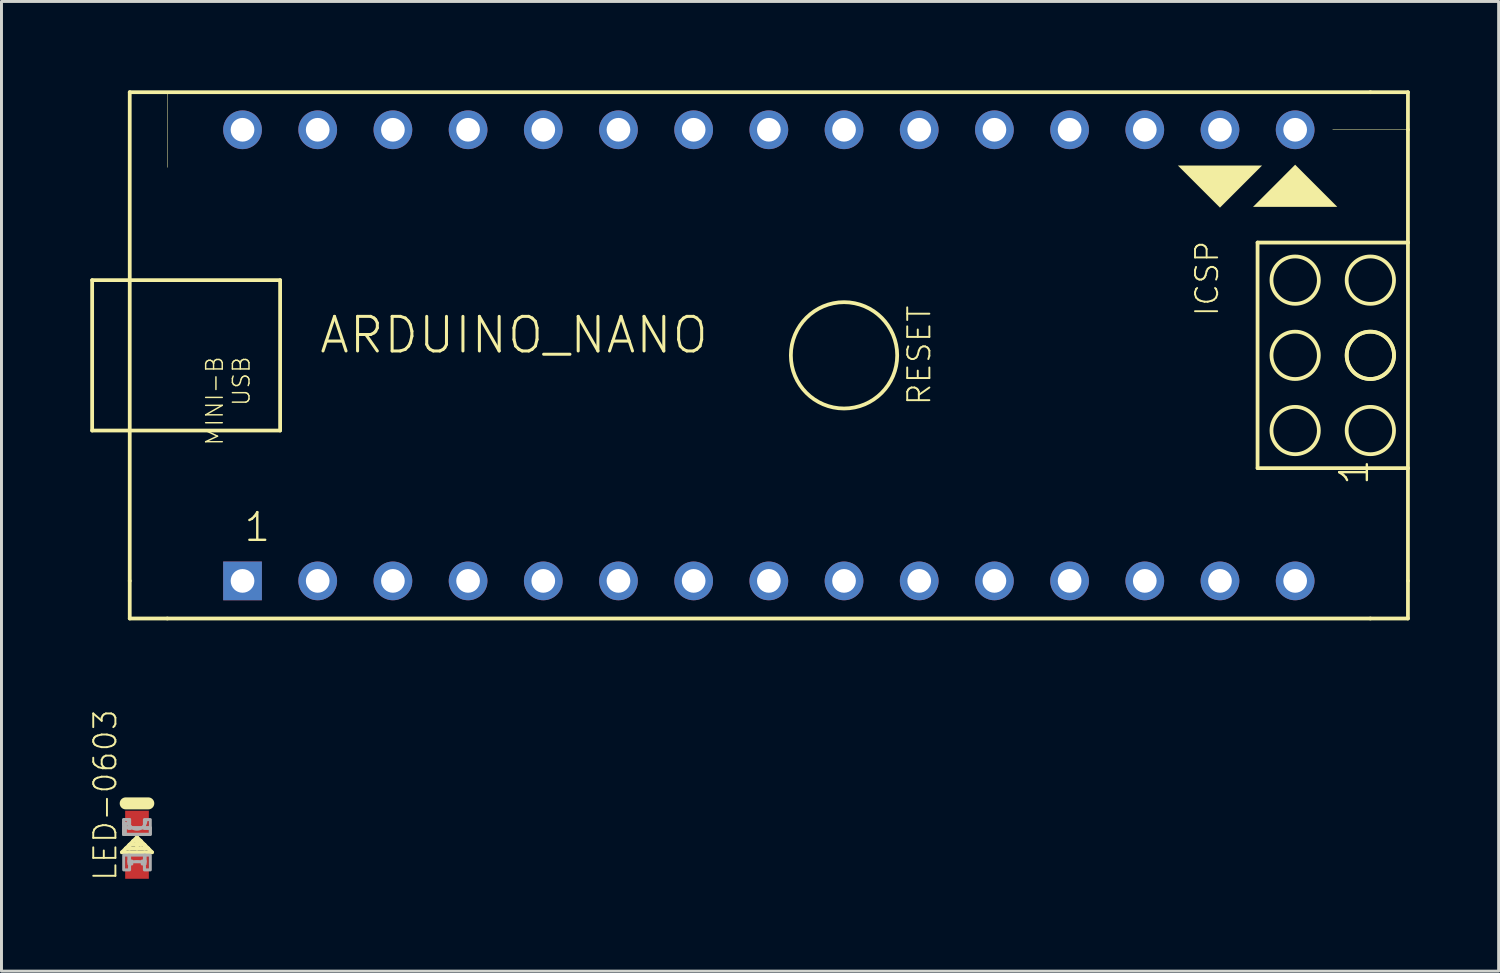
<source format=kicad_pcb>
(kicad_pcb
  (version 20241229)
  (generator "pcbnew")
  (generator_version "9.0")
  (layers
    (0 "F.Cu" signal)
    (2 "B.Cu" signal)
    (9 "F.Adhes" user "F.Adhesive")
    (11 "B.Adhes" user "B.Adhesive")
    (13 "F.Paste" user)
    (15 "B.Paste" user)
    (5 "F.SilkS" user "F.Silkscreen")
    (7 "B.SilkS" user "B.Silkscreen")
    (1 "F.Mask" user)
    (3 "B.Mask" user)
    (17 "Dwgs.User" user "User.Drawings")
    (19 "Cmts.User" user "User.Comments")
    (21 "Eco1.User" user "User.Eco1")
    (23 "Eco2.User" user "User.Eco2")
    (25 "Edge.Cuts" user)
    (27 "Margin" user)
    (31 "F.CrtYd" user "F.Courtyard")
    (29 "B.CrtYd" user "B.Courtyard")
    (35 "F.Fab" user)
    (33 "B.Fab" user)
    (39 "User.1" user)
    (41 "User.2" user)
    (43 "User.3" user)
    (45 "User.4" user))
  (footprint "LED-0603"
    (layer "F.Cu")
    (at 1.578 25.487)
    (property "Reference" "LED-0603" (at -0.635 1.27 90) (layer "F.SilkS") (effects (font (size 0.748 0.748) (thickness 0.065)) (justify left bottom)))
    (fp_line (start -0.508 0.254) (end -0.381 0.127) (stroke (width 0.127) (type solid)) (layer "F.SilkS"))
    (fp_line (start -0.508 0.254) (end 0.508 0.254) (stroke (width 0.127) (type solid)) (layer "F.SilkS"))
    (fp_line (start -0.381 0.127) (end -0.254 0.127) (stroke (width 0.127) (type solid)) (layer "F.SilkS"))
    (fp_line (start -0.381 0.127) (end -0.127 -0.127) (stroke (width 0.127) (type solid)) (layer "F.SilkS"))
    (fp_line (start -0.254 0) (end -0.254 0.127) (stroke (width 0.127) (type solid)) (layer "F.SilkS"))
    (fp_line (start -0.254 0) (end 0.127 0) (stroke (width 0.127) (type solid)) (layer "F.SilkS"))
    (fp_line (start -0.254 0.127) (end 0 0.127) (stroke (width 0.127) (type solid)) (layer "F.SilkS"))
    (fp_line (start -0.127 -0.127) (end 0 -0.254) (stroke (width 0.127) (type solid)) (layer "F.SilkS"))
    (fp_line (start -0.127 -0.127) (end 0.127 -0.127) (stroke (width 0.127) (type solid)) (layer "F.SilkS"))
    (fp_line (start 0 -0.254) (end 0.381 0.127) (stroke (width 0.127) (type solid)) (layer "F.SilkS"))
    (fp_line (start 0 -0.127) (end 0 0.127) (stroke (width 0.127) (type solid)) (layer "F.SilkS"))
    (fp_line (start 0 0.127) (end 0.254 0.127) (stroke (width 0.127) (type solid)) (layer "F.SilkS"))
    (fp_line (start 0.127 -0.127) (end 0.127 0) (stroke (width 0.127) (type solid)) (layer "F.SilkS"))
    (fp_line (start 0.127 0) (end 0.254 0) (stroke (width 0.127) (type solid)) (layer "F.SilkS"))
    (fp_line (start 0.254 0) (end 0.254 0.127) (stroke (width 0.127) (type solid)) (layer "F.SilkS"))
    (fp_line (start 0.254 0.127) (end 0.381 0.127) (stroke (width 0.127) (type solid)) (layer "F.SilkS"))
    (fp_line (start 0.381 -1.397) (end -0.381 -1.397) (stroke (width 0.406) (type solid)) (layer "F.SilkS"))
    (fp_line (start 0.381 0.127) (end 0.508 0.254) (stroke (width 0.127) (type solid)) (layer "F.SilkS"))
    (fp_arc (start -0.275 0.825) (mid 0 0.55) (end 0.275 0.825) (stroke (width 0.0508) (type solid)) (layer "F.Fab"))
    (fp_arc (start 0.3 -0.799998) (mid -0.000001 -0.524966) (end -0.3 -0.8) (stroke (width 0.1016) (type solid)) (layer "F.Fab"))
    (fp_poly (pts (xy -0.45 -0.7) (xy -0.25 -0.7) (xy -0.25 -0.85) (xy -0.45 -0.85)) (stroke (width 0.1) (type solid)) (fill no) (layer "F.Fab"))
    (fp_poly (pts (xy -0.45 -0.7) (xy -0.25 -0.7) (xy -0.25 -0.85) (xy -0.45 -0.85)) (stroke (width 0.1) (type solid)) (fill no) (layer "F.Fab"))
    (fp_poly (pts (xy -0.45 -0.35) (xy -0.4 -0.35) (xy -0.4 -0.725) (xy -0.45 -0.725)) (stroke (width 0.1) (type solid)) (fill no) (layer "F.Fab"))
    (fp_poly (pts (xy -0.45 -0.35) (xy -0.4 -0.35) (xy -0.4 -0.725) (xy -0.45 -0.725)) (stroke (width 0.1) (type solid)) (fill no) (layer "F.Fab"))
    (fp_poly (pts (xy -0.45 -0.35) (xy 0.45 -0.35) (xy 0.45 -0.575) (xy -0.45 -0.575)) (stroke (width 0.1) (type solid)) (fill no) (layer "F.Fab"))
    (fp_poly (pts (xy -0.45 -0.35) (xy 0.45 -0.35) (xy 0.45 -0.575) (xy -0.45 -0.575)) (stroke (width 0.1) (type solid)) (fill no) (layer "F.Fab"))
    (fp_poly (pts (xy -0.45 0.85) (xy -0.25 0.85) (xy -0.25 0.35) (xy -0.45 0.35)) (stroke (width 0.1) (type solid)) (fill no) (layer "F.Fab"))
    (fp_poly (pts (xy -0.275 -0.55) (xy -0.225 -0.55) (xy -0.225 -0.6) (xy -0.275 -0.6)) (stroke (width 0.1) (type solid)) (fill no) (layer "F.Fab"))
    (fp_poly (pts (xy -0.275 0.575) (xy 0.275 0.575) (xy 0.275 0.35) (xy -0.275 0.35)) (stroke (width 0.1) (type solid)) (fill no) (layer "F.Fab"))
    (fp_poly (pts (xy -0.275 0.65) (xy -0.175 0.65) (xy -0.175 0.55) (xy -0.275 0.55)) (stroke (width 0.1) (type solid)) (fill no) (layer "F.Fab"))
    (fp_poly (pts (xy 0.175 0.65) (xy 0.275 0.65) (xy 0.275 0.55) (xy 0.175 0.55)) (stroke (width 0.1) (type solid)) (fill no) (layer "F.Fab"))
    (fp_poly (pts (xy 0.25 -0.55) (xy 0.45 -0.55) (xy 0.45 -0.85) (xy 0.25 -0.85)) (stroke (width 0.1) (type solid)) (fill no) (layer "F.Fab"))
    (fp_poly (pts (xy 0.25 0.85) (xy 0.45 0.85) (xy 0.45 0.35) (xy 0.25 0.35)) (stroke (width 0.1) (type solid)) (fill no) (layer "F.Fab"))
    (pad "A" smd rect (at 0 0.75) (size 0.8 0.8) (layers "F.Cu" "F.Mask" "F.Paste"))
    (pad "C" smd rect (at 0 -0.75) (size 0.8 0.8) (layers "F.Cu" "F.Mask" "F.Paste")))
  (footprint "ARDUINO_NANO"
    (layer "F.Cu")
    (at 25.463 8.954)
    (property "Reference" "ARDUINO_NANO" (at -17.78 0 0) (layer "F.SilkS") (effects (font (size 1.168 1.168) (thickness 0.102)) (justify left bottom)))
    (fp_line (start -25.4 -2.54) (end -25.4 2.54) (stroke (width 0.127) (type solid)) (layer "F.SilkS"))
    (fp_line (start -24.13 -8.89) (end 17.78 -8.89) (stroke (width 0.127) (type solid)) (layer "F.SilkS"))
    (fp_line (start -24.13 -2.54) (end -25.4 -2.54) (stroke (width 0.127) (type solid)) (layer "F.SilkS"))
    (fp_line (start -24.13 -2.54) (end -24.13 -8.89) (stroke (width 0.127) (type solid)) (layer "F.SilkS"))
    (fp_line (start -24.13 7.62) (end -24.13 -2.54) (stroke (width 0.127) (type solid)) (layer "F.SilkS"))
    (fp_line (start -24.13 8.89) (end -24.13 7.62) (stroke (width 0.127) (type solid)) (layer "F.SilkS"))
    (fp_line (start -22.86 -8.89) (end -22.86 -6.35) (stroke (width 0.016) (type solid)) (layer "F.SilkS"))
    (fp_line (start -22.86 8.89) (end -24.13 8.89) (stroke (width 0.127) (type solid)) (layer "F.SilkS"))
    (fp_line (start -19.05 -2.54) (end -24.13 -2.54) (stroke (width 0.127) (type solid)) (layer "F.SilkS"))
    (fp_line (start -19.05 2.54) (end -25.4 2.54) (stroke (width 0.127) (type solid)) (layer "F.SilkS"))
    (fp_line (start -19.05 2.54) (end -19.05 -2.54) (stroke (width 0.127) (type solid)) (layer "F.SilkS"))
    (fp_line (start 13.97 -3.81) (end 13.97 3.81) (stroke (width 0.127) (type solid)) (layer "F.SilkS"))
    (fp_line (start 13.97 3.81) (end 19.05 3.81) (stroke (width 0.127) (type solid)) (layer "F.SilkS"))
    (fp_line (start 16.51 -7.62) (end 19.05 -7.62) (stroke (width 0.016) (type solid)) (layer "F.SilkS"))
    (fp_line (start 17.78 -8.89) (end 19.05 -8.89) (stroke (width 0.127) (type solid)) (layer "F.SilkS"))
    (fp_line (start 17.78 8.89) (end -22.86 8.89) (stroke (width 0.127) (type solid)) (layer "F.SilkS"))
    (fp_line (start 19.05 -8.89) (end 19.05 -7.62) (stroke (width 0.127) (type solid)) (layer "F.SilkS"))
    (fp_line (start 19.05 -7.62) (end 19.05 -3.81) (stroke (width 0.127) (type solid)) (layer "F.SilkS"))
    (fp_line (start 19.05 -3.81) (end 13.97 -3.81) (stroke (width 0.127) (type solid)) (layer "F.SilkS"))
    (fp_line (start 19.05 -3.81) (end 19.05 3.81) (stroke (width 0.127) (type solid)) (layer "F.SilkS"))
    (fp_line (start 19.05 3.81) (end 19.05 7.62) (stroke (width 0.127) (type solid)) (layer "F.SilkS"))
    (fp_line (start 19.05 7.62) (end 19.05 8.89) (stroke (width 0.127) (type solid)) (layer "F.SilkS"))
    (fp_line (start 19.05 8.89) (end 17.78 8.89) (stroke (width 0.127) (type solid)) (layer "F.SilkS"))
    (fp_circle (center 0 0) (end 1.796 0) (stroke (width 0.127) (type solid)) (fill no) (layer "F.SilkS"))
    (fp_circle (center 15.24 -2.54) (end 16.04 -2.54) (stroke (width 0.127) (type solid)) (fill no) (layer "F.SilkS"))
    (fp_circle (center 15.24 0) (end 16.04 0) (stroke (width 0.127) (type solid)) (fill no) (layer "F.SilkS"))
    (fp_circle (center 15.24 2.54) (end 16.04 2.54) (stroke (width 0.127) (type solid)) (fill no) (layer "F.SilkS"))
    (fp_circle (center 17.78 -2.54) (end 18.58 -2.54) (stroke (width 0.127) (type solid)) (fill no) (layer "F.SilkS"))
    (fp_circle (center 17.78 0) (end 18.58 0) (stroke (width 0.127) (type solid)) (fill no) (layer "F.SilkS"))
    (fp_circle (center 17.78 0) (end 18.58 0) (stroke (width 0.127) (type solid)) (fill no) (layer "F.SilkS"))
    (fp_circle (center 17.78 2.54) (end 18.58 2.54) (stroke (width 0.127) (type solid)) (fill no) (layer "F.SilkS"))
    (fp_poly (pts (xy 12.7 -4.99) (xy 11.277 -6.413) (xy 14.123 -6.413)) (stroke (width 0) (type solid)) (fill yes) (layer "F.SilkS"))
    (fp_poly (pts (xy 16.663 -5.016) (xy 13.817 -5.016) (xy 15.24 -6.44)) (stroke (width 0) (type solid)) (fill yes) (layer "F.SilkS"))
    (fp_text user "MINI-B\nUSB" (at -21.59 0 90) (layer "F.SilkS") (effects (font (size 0.561 0.561) (thickness 0.049)) (justify right top)))
    (fp_text user "RESET" (at 2.54 0 90) (layer "F.SilkS") (effects (font (size 0.748 0.748) (thickness 0.065))))
    (fp_text user "1" (at -20.32 6.35 0) (layer "F.SilkS") (effects (font (size 0.935 0.935) (thickness 0.081)) (justify left bottom)))
    (fp_text user "THIS LIBRARY WAS CREATED BY ESP. MARCO-LUIS SALCEDO TOVAR.\nPLEASE REPORT ANY ERRORS OR SUGGESTIONS TO: YV1HX@CANTV.NET\nTHANKS YOU!!!" (at -22.86 1.27 90) (layer "F.SilkS") (effects (font (size 0.05 0.05) (thickness 0.001)) (justify left bottom)))
    (fp_text user "1" (at 17.78 4.445 270) (layer "F.SilkS") (effects (font (size 0.935 0.935) (thickness 0.081)) (justify left bottom)))
    (fp_text user "ICSP" (at 12.7 -1.27 270) (layer "F.SilkS") (effects (font (size 0.748 0.748) (thickness 0.065)) (justify left bottom)))
    (pad "1" thru_hole rect (at -20.32 7.62) (size 1.308 1.308) (drill 0.8) (layers "*.Cu" "*.Mask"))
    (pad "2" thru_hole circle (at -17.78 7.62) (size 1.308 1.308) (drill 0.8) (layers "*.Cu" "*.Mask"))
    (pad "3" thru_hole circle (at -15.24 7.62) (size 1.308 1.308) (drill 0.8) (layers "*.Cu" "*.Mask"))
    (pad "4" thru_hole circle (at -12.7 7.62) (size 1.308 1.308) (drill 0.8) (layers "*.Cu" "*.Mask"))
    (pad "5" thru_hole circle (at -10.16 7.62) (size 1.308 1.308) (drill 0.8) (layers "*.Cu" "*.Mask"))
    (pad "6" thru_hole circle (at -7.62 7.62) (size 1.308 1.308) (drill 0.8) (layers "*.Cu" "*.Mask"))
    (pad "7" thru_hole circle (at -5.08 7.62) (size 1.308 1.308) (drill 0.8) (layers "*.Cu" "*.Mask"))
    (pad "8" thru_hole circle (at -2.54 7.62) (size 1.308 1.308) (drill 0.8) (layers "*.Cu" "*.Mask"))
    (pad "9" thru_hole circle (at 0 7.62) (size 1.308 1.308) (drill 0.8) (layers "*.Cu" "*.Mask"))
    (pad "10" thru_hole circle (at 2.54 7.62) (size 1.308 1.308) (drill 0.8) (layers "*.Cu" "*.Mask"))
    (pad "11" thru_hole circle (at 5.08 7.62) (size 1.308 1.308) (drill 0.8) (layers "*.Cu" "*.Mask"))
    (pad "12" thru_hole circle (at 7.62 7.62) (size 1.308 1.308) (drill 0.8) (layers "*.Cu" "*.Mask"))
    (pad "13" thru_hole circle (at 10.16 7.62) (size 1.308 1.308) (drill 0.8) (layers "*.Cu" "*.Mask"))
    (pad "14" thru_hole circle (at 12.7 7.62) (size 1.308 1.308) (drill 0.8) (layers "*.Cu" "*.Mask"))
    (pad "15" thru_hole circle (at 15.24 7.62) (size 1.308 1.308) (drill 0.8) (layers "*.Cu" "*.Mask"))
    (pad "16" thru_hole circle (at 15.24 -7.62) (size 1.308 1.308) (drill 0.8) (layers "*.Cu" "*.Mask"))
    (pad "17" thru_hole circle (at 12.7 -7.62) (size 1.308 1.308) (drill 0.8) (layers "*.Cu" "*.Mask"))
    (pad "18" thru_hole circle (at 10.16 -7.62) (size 1.308 1.308) (drill 0.8) (layers "*.Cu" "*.Mask"))
    (pad "19" thru_hole circle (at 7.62 -7.62) (size 1.308 1.308) (drill 0.8) (layers "*.Cu" "*.Mask"))
    (pad "20" thru_hole circle (at 5.08 -7.62) (size 1.308 1.308) (drill 0.8) (layers "*.Cu" "*.Mask"))
    (pad "21" thru_hole circle (at 2.54 -7.62) (size 1.308 1.308) (drill 0.8) (layers "*.Cu" "*.Mask"))
    (pad "22" thru_hole circle (at 0 -7.62) (size 1.308 1.308) (drill 0.8) (layers "*.Cu" "*.Mask"))
    (pad "23" thru_hole circle (at -2.54 -7.62) (size 1.308 1.308) (drill 0.8) (layers "*.Cu" "*.Mask"))
    (pad "24" thru_hole circle (at -5.08 -7.62) (size 1.308 1.308) (drill 0.8) (layers "*.Cu" "*.Mask"))
    (pad "25" thru_hole circle (at -7.62 -7.62) (size 1.308 1.308) (drill 0.8) (layers "*.Cu" "*.Mask"))
    (pad "26" thru_hole circle (at -10.16 -7.62) (size 1.308 1.308) (drill 0.8) (layers "*.Cu" "*.Mask"))
    (pad "27" thru_hole circle (at -12.7 -7.62) (size 1.308 1.308) (drill 0.8) (layers "*.Cu" "*.Mask"))
    (pad "28" thru_hole circle (at -15.24 -7.62) (size 1.308 1.308) (drill 0.8) (layers "*.Cu" "*.Mask"))
    (pad "29" thru_hole circle (at -17.78 -7.62) (size 1.308 1.308) (drill 0.8) (layers "*.Cu" "*.Mask"))
    (pad "30" thru_hole circle (at -20.32 -7.62) (size 1.308 1.308) (drill 0.8) (layers "*.Cu" "*.Mask")))
  (gr_rect
    (start -3 -3)
    (end 47.577 29.757)
    (stroke (width 0.1) (type default))
    (fill no)
    (layer "Edge.Cuts")))
</source>
